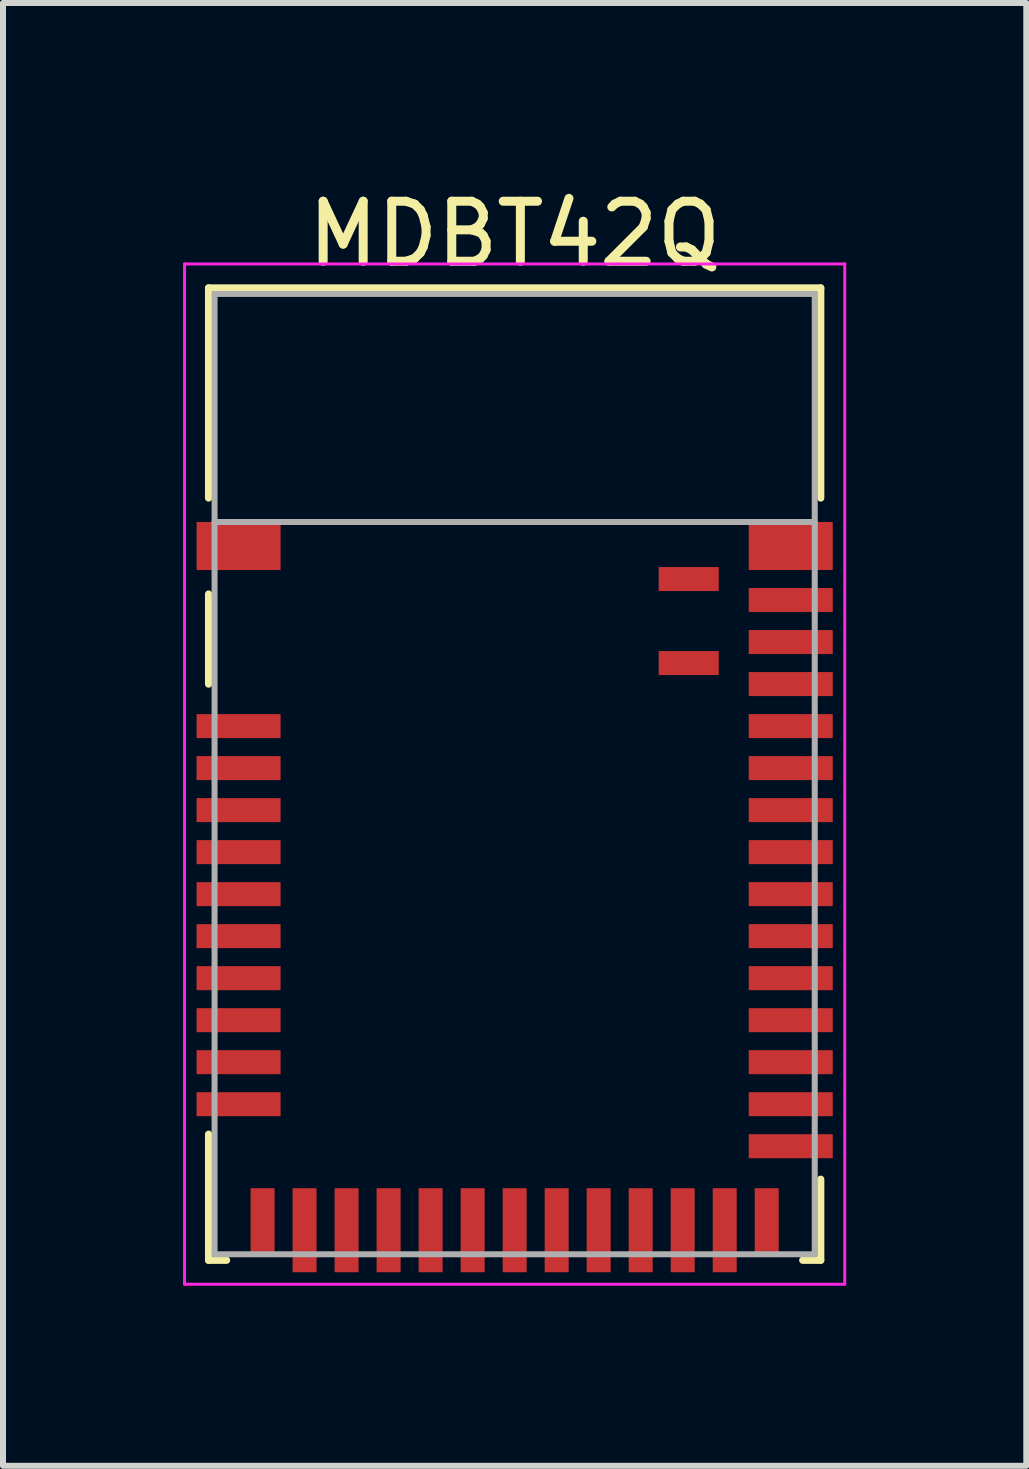
<source format=kicad_pcb>
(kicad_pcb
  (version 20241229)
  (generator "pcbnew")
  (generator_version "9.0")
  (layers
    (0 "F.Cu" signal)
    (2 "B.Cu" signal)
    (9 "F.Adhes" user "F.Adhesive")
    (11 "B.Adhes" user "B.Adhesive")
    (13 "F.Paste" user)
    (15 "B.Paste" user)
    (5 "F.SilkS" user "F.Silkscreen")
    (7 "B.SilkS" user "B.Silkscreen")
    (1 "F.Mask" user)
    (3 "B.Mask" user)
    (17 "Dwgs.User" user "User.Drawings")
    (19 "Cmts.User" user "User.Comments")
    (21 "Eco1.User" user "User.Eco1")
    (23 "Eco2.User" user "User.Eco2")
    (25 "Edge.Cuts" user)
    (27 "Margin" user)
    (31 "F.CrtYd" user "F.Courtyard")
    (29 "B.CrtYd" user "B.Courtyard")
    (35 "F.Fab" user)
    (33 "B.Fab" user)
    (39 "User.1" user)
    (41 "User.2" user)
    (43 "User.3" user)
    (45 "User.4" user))
  (footprint "MDBT42Q"
    (layer "F.Cu")
    (at 5.525 9.848)
    (property "Reference" "MDBT42Q" (at 0 -9 0) (layer "F.SilkS") (effects (font (size 1 1) (thickness 0.15))))
    (attr smd)
    (fp_line (start -5.1 -8.1) (end -5.1 -4.6) (stroke (width 0.12) (type solid)) (layer "F.SilkS"))
    (fp_line (start -5.1 -8.1) (end 5.1 -8.1) (stroke (width 0.12) (type solid)) (layer "F.SilkS"))
    (fp_line (start -5.1 -3) (end -5.1 -1.5) (stroke (width 0.12) (type solid)) (layer "F.SilkS"))
    (fp_line (start -5.1 6) (end -5.1 8.1) (stroke (width 0.12) (type solid)) (layer "F.SilkS"))
    (fp_line (start -5.1 8.1) (end -4.8 8.1) (stroke (width 0.12) (type solid)) (layer "F.SilkS"))
    (fp_line (start 4.8 8.1) (end 5.1 8.1) (stroke (width 0.12) (type solid)) (layer "F.SilkS"))
    (fp_line (start 5.1 -8.1) (end 5.1 -4.6) (stroke (width 0.12) (type solid)) (layer "F.SilkS"))
    (fp_line (start 5.1 6.75) (end 5.1 8.1) (stroke (width 0.12) (type solid)) (layer "F.SilkS"))
    (fp_line (start -5.5 -8.5) (end -5.5 8.5) (stroke (width 0.05) (type solid)) (layer "F.CrtYd"))
    (fp_line (start -5.5 -8.5) (end 5.5 -8.5) (stroke (width 0.05) (type solid)) (layer "F.CrtYd"))
    (fp_line (start -5.5 8.5) (end 5.5 8.5) (stroke (width 0.05) (type solid)) (layer "F.CrtYd"))
    (fp_line (start 5.5 -8.5) (end 5.5 8.5) (stroke (width 0.05) (type solid)) (layer "F.CrtYd"))
    (fp_line (start -5 -8) (end -5 8) (stroke (width 0.1) (type solid)) (layer "F.Fab"))
    (fp_line (start -5 -8) (end 5 -8) (stroke (width 0.1) (type solid)) (layer "F.Fab"))
    (fp_line (start -5 -4.2) (end 5 -4.2) (stroke (width 0.1) (type solid)) (layer "F.Fab"))
    (fp_line (start -5 8) (end 5 8) (stroke (width 0.1) (type solid)) (layer "F.Fab"))
    (fp_line (start 5 -8) (end 5 8) (stroke (width 0.1) (type solid)) (layer "F.Fab"))
    (pad "1" smd rect (at -4.6 -3.8) (size 1.4 0.8) (layers "F.Cu" "F.Mask" "F.Paste"))
    (pad "2" smd rect (at -4.6 -0.8) (size 1.4 0.4) (layers "F.Cu" "F.Mask" "F.Paste"))
    (pad "3" smd rect (at -4.6 -0.1) (size 1.4 0.4) (layers "F.Cu" "F.Mask" "F.Paste"))
    (pad "4" smd rect (at -4.6 0.6) (size 1.4 0.4) (layers "F.Cu" "F.Mask" "F.Paste"))
    (pad "5" smd rect (at -4.6 1.3) (size 1.4 0.4) (layers "F.Cu" "F.Mask" "F.Paste"))
    (pad "6" smd rect (at -4.6 2) (size 1.4 0.4) (layers "F.Cu" "F.Mask" "F.Paste"))
    (pad "7" smd rect (at -4.6 2.7) (size 1.4 0.4) (layers "F.Cu" "F.Mask" "F.Paste"))
    (pad "8" smd rect (at -4.6 3.4) (size 1.4 0.4) (layers "F.Cu" "F.Mask" "F.Paste"))
    (pad "9" smd rect (at -4.6 4.1) (size 1.4 0.4) (layers "F.Cu" "F.Mask" "F.Paste"))
    (pad "10" smd rect (at -4.6 4.8) (size 1.4 0.4) (layers "F.Cu" "F.Mask" "F.Paste"))
    (pad "11" smd rect (at -4.6 5.5) (size 1.4 0.4) (layers "F.Cu" "F.Mask" "F.Paste"))
    (pad "12" smd rect (at -4.2 7.45) (size 0.4 1.1) (layers "F.Cu" "F.Mask" "F.Paste"))
    (pad "13" smd rect (at -3.5 7.6) (size 0.4 1.4) (layers "F.Cu" "F.Mask" "F.Paste"))
    (pad "14" smd rect (at -2.8 7.6) (size 0.4 1.4) (layers "F.Cu" "F.Mask" "F.Paste"))
    (pad "15" smd rect (at -2.1 7.6) (size 0.4 1.4) (layers "F.Cu" "F.Mask" "F.Paste"))
    (pad "16" smd rect (at -1.4 7.6) (size 0.4 1.4) (layers "F.Cu" "F.Mask" "F.Paste"))
    (pad "17" smd rect (at -0.7 7.6) (size 0.4 1.4) (layers "F.Cu" "F.Mask" "F.Paste"))
    (pad "18" smd rect (at 0 7.6) (size 0.4 1.4) (layers "F.Cu" "F.Mask" "F.Paste"))
    (pad "19" smd rect (at 0.7 7.6) (size 0.4 1.4) (layers "F.Cu" "F.Mask" "F.Paste"))
    (pad "20" smd rect (at 1.4 7.6) (size 0.4 1.4) (layers "F.Cu" "F.Mask" "F.Paste"))
    (pad "21" smd rect (at 2.1 7.6) (size 0.4 1.4) (layers "F.Cu" "F.Mask" "F.Paste"))
    (pad "22" smd rect (at 2.8 7.6) (size 0.4 1.4) (layers "F.Cu" "F.Mask" "F.Paste"))
    (pad "23" smd rect (at 3.5 7.6) (size 0.4 1.4) (layers "F.Cu" "F.Mask" "F.Paste"))
    (pad "24" smd rect (at 4.2 7.45) (size 0.4 1.1) (layers "F.Cu" "F.Mask" "F.Paste"))
    (pad "25" smd rect (at 4.6 6.2) (size 1.4 0.4) (layers "F.Cu" "F.Mask" "F.Paste"))
    (pad "26" smd rect (at 4.6 5.5) (size 1.4 0.4) (layers "F.Cu" "F.Mask" "F.Paste"))
    (pad "27" smd rect (at 4.6 4.8) (size 1.4 0.4) (layers "F.Cu" "F.Mask" "F.Paste"))
    (pad "28" smd rect (at 4.6 4.1) (size 1.4 0.4) (layers "F.Cu" "F.Mask" "F.Paste"))
    (pad "29" smd rect (at 4.6 3.4) (size 1.4 0.4) (layers "F.Cu" "F.Mask" "F.Paste"))
    (pad "30" smd rect (at 4.6 2.7) (size 1.4 0.4) (layers "F.Cu" "F.Mask" "F.Paste"))
    (pad "31" smd rect (at 4.6 2) (size 1.4 0.4) (layers "F.Cu" "F.Mask" "F.Paste"))
    (pad "32" smd rect (at 4.6 1.3) (size 1.4 0.4) (layers "F.Cu" "F.Mask" "F.Paste"))
    (pad "33" smd rect (at 4.6 0.6) (size 1.4 0.4) (layers "F.Cu" "F.Mask" "F.Paste"))
    (pad "34" smd rect (at 4.6 -0.1) (size 1.4 0.4) (layers "F.Cu" "F.Mask" "F.Paste"))
    (pad "35" smd rect (at 4.6 -0.8) (size 1.4 0.4) (layers "F.Cu" "F.Mask" "F.Paste"))
    (pad "36" smd rect (at 4.6 -1.5) (size 1.4 0.4) (layers "F.Cu" "F.Mask" "F.Paste"))
    (pad "37" smd rect (at 4.6 -2.2) (size 1.4 0.4) (layers "F.Cu" "F.Mask" "F.Paste"))
    (pad "38" smd rect (at 4.6 -2.9) (size 1.4 0.4) (layers "F.Cu" "F.Mask" "F.Paste"))
    (pad "39" smd rect (at 4.6 -3.8) (size 1.4 0.8) (layers "F.Cu" "F.Mask" "F.Paste"))
    (pad "40" smd rect (at 2.9 -3.25) (size 1 0.4) (layers "F.Cu" "F.Mask" "F.Paste"))
    (pad "41" smd rect (at 2.9 -1.85) (size 1 0.4) (layers "F.Cu" "F.Mask" "F.Paste")))
  (gr_rect
    (start -3 -3)
    (end 14.05 21.373)
    (stroke (width 0.1) (type default))
    (fill no)
    (layer "Edge.Cuts")))
</source>
